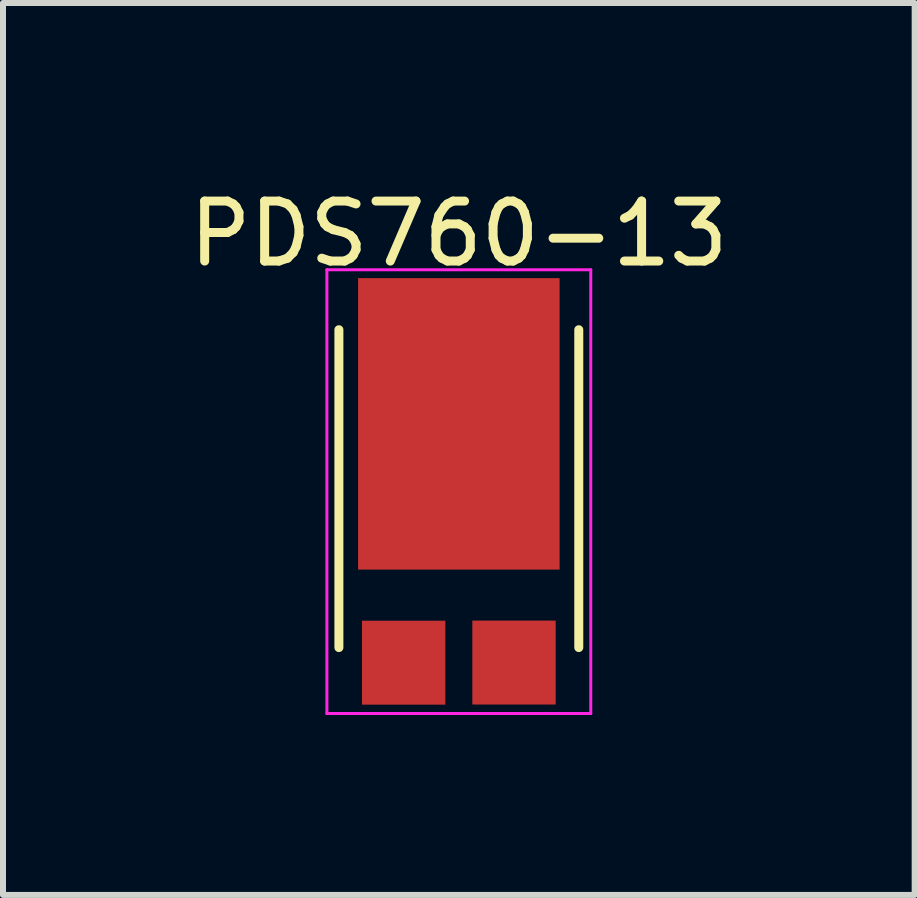
<source format=kicad_pcb>
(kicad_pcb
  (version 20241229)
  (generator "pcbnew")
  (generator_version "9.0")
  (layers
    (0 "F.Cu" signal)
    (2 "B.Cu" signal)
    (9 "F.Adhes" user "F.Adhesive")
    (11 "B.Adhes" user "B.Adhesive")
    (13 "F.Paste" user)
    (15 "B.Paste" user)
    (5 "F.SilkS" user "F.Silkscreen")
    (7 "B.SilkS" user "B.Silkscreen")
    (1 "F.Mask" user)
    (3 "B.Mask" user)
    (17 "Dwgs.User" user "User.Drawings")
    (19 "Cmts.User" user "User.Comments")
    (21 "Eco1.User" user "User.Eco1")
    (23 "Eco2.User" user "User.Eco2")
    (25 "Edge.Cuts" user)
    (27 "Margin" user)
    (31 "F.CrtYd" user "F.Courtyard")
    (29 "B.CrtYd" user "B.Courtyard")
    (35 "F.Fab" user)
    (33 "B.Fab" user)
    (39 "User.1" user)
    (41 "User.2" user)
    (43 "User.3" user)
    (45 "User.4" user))
  (footprint "PDS760-13"
    (layer "F.Cu")
    (at 4.601 6.448)
    (property "Reference" "PDS760-13" (at 0 -5.6 0) (layer "F.SilkS") (effects (font (size 1 1) (thickness 0.15))))
    (attr through_hole)
    (fp_line (start -2 1.3) (end -2 -4) (stroke (width 0.15) (type solid)) (layer "F.SilkS"))
    (fp_line (start 2 1.3) (end 2 -4) (stroke (width 0.15) (type solid)) (layer "F.SilkS"))
    (fp_line (start -2.2 -5) (end 2.2 -5) (stroke (width 0.05) (type solid)) (layer "F.CrtYd"))
    (fp_line (start -2.2 2.4) (end -2.2 -5) (stroke (width 0.05) (type solid)) (layer "F.CrtYd"))
    (fp_line (start 2.2 -5) (end 2.2 2.4) (stroke (width 0.05) (type solid)) (layer "F.CrtYd"))
    (fp_line (start 2.2 2.4) (end -2.2 2.4) (stroke (width 0.05) (type solid)) (layer "F.CrtYd"))
    (pad "1" smd rect (at 0 -2.43) (size 3.36 4.86) (layers "F.Cu" "F.Mask" "F.Paste"))
    (pad "2" smd rect (at -0.92 1.552) (size 1.39 1.4) (layers "F.Cu" "F.Mask" "F.Paste"))
    (pad "2" smd rect (at 0.92 1.55) (size 1.39 1.4) (layers "F.Cu" "F.Mask" "F.Paste")))
  (gr_rect
    (start -3 -3)
    (end 12.202 11.873)
    (stroke (width 0.1) (type default))
    (fill no)
    (layer "Edge.Cuts")))
</source>
